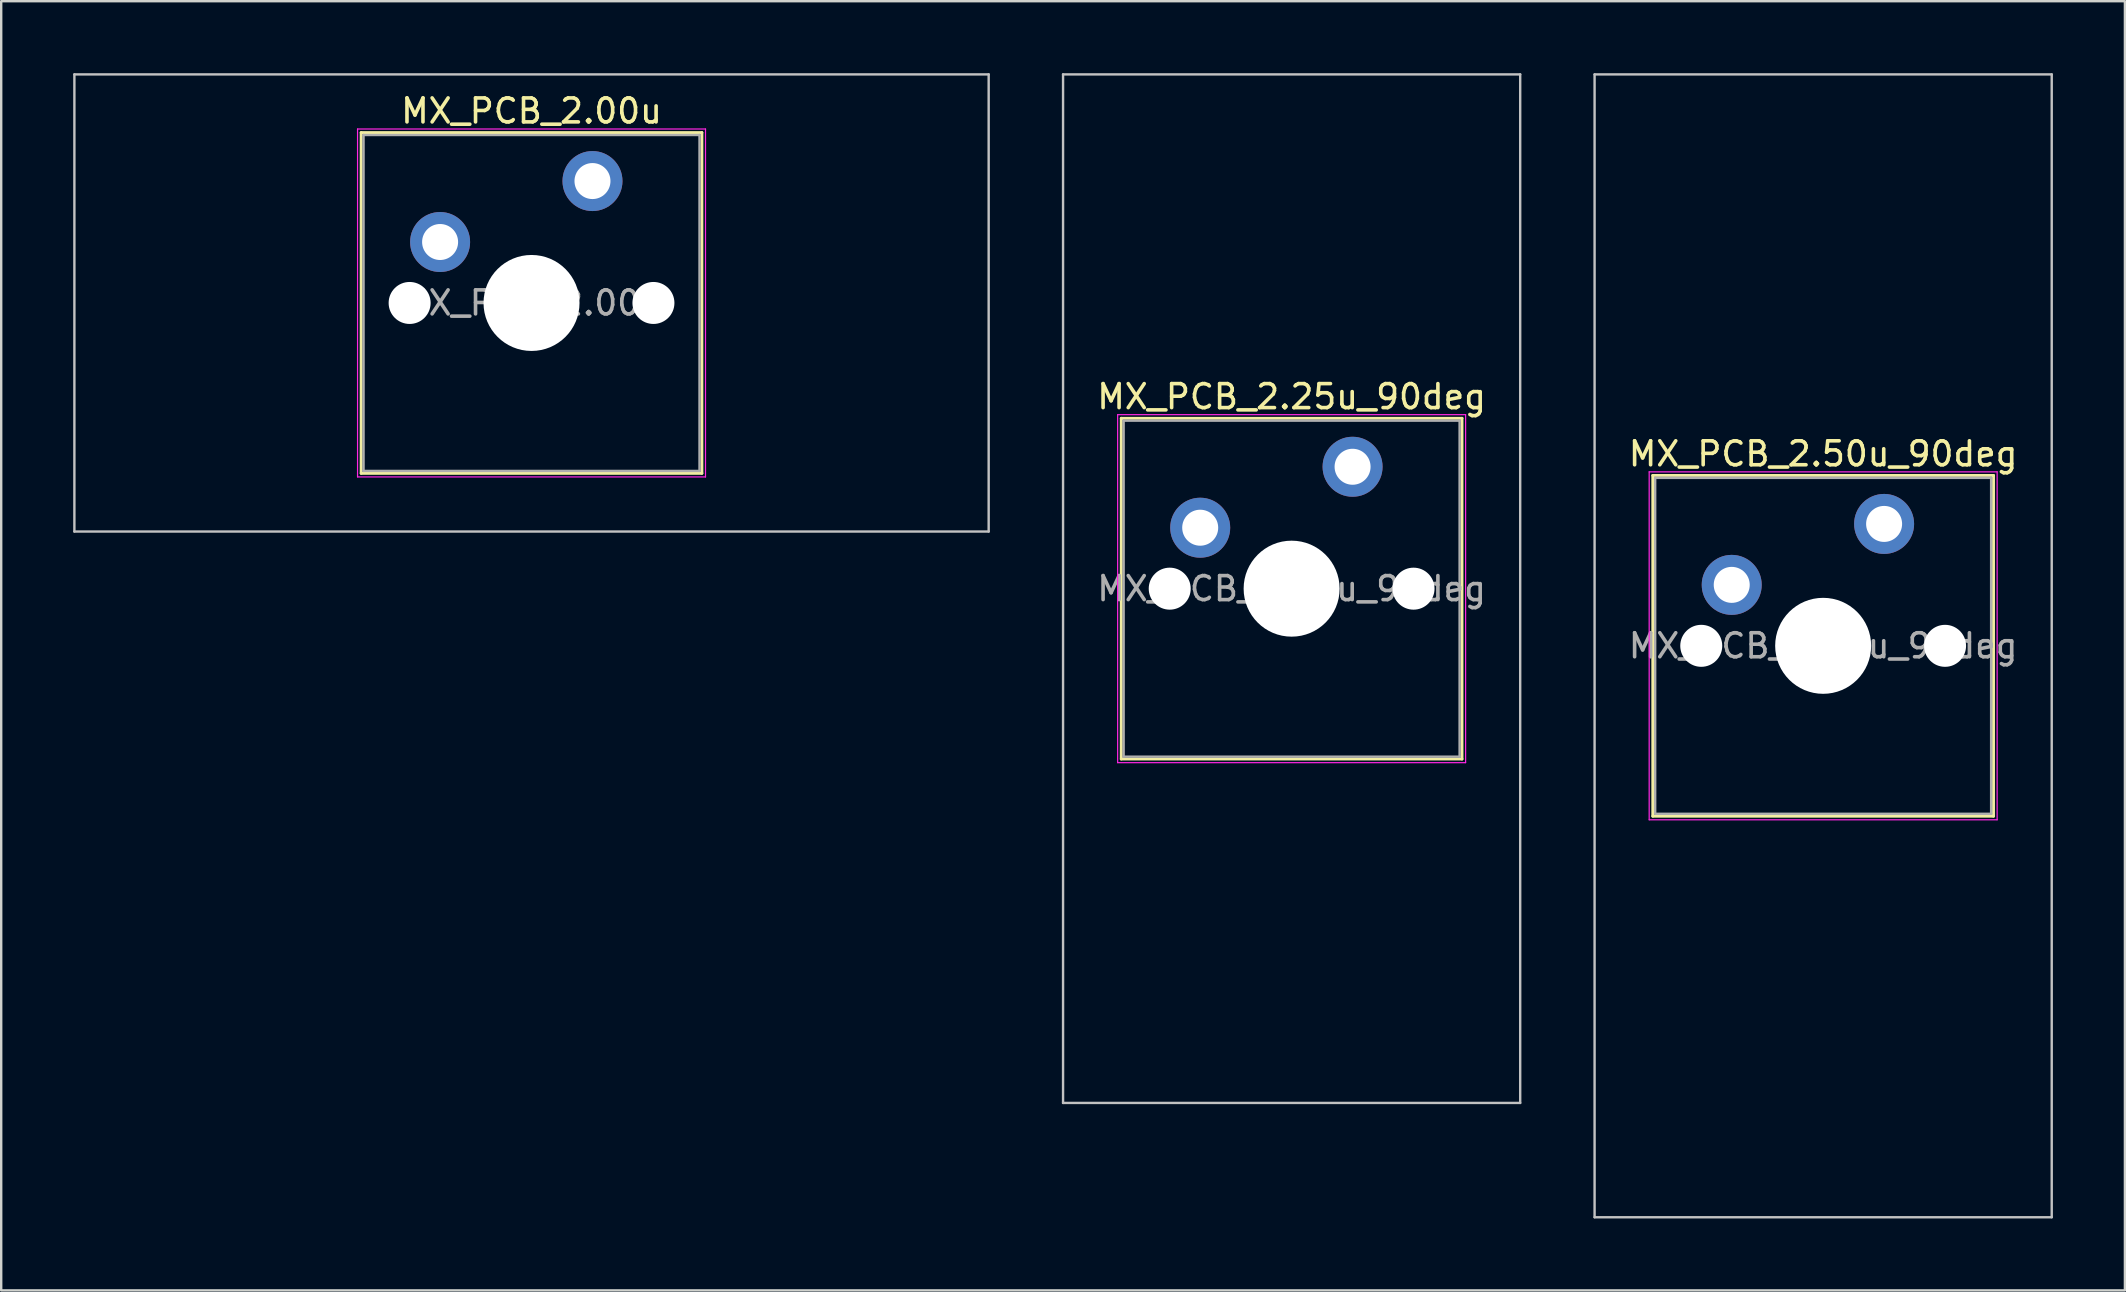
<source format=kicad_pcb>
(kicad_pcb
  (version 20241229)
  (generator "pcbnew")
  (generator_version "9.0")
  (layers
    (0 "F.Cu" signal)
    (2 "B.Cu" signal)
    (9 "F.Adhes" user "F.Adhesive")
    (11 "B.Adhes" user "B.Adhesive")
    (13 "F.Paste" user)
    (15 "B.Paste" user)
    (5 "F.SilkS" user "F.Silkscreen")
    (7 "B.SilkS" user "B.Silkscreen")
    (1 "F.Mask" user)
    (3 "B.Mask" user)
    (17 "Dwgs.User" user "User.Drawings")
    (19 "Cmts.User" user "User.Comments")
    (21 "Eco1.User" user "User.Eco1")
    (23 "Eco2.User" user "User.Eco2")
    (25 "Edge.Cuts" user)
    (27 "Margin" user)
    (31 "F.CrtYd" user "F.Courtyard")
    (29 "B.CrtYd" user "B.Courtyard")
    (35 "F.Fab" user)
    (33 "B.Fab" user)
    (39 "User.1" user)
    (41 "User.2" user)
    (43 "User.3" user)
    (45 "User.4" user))
  (footprint "MX_PCB_2.50u_90deg"
    (layer "F.Cu")
    (at 72.925 23.863)
    (property "Reference" "MX_PCB_2.50u_90deg" (at 0 -8 0) (layer "F.SilkS") (effects (font (size 1 1) (thickness 0.15))))
    (attr through_hole)
    (fp_line (start -7.1 -7.1) (end -7.1 7.1) (stroke (width 0.12) (type solid)) (layer "F.SilkS"))
    (fp_line (start -7.1 7.1) (end 7.1 7.1) (stroke (width 0.12) (type solid)) (layer "F.SilkS"))
    (fp_line (start 7.1 -7.1) (end -7.1 -7.1) (stroke (width 0.12) (type solid)) (layer "F.SilkS"))
    (fp_line (start 7.1 7.1) (end 7.1 -7.1) (stroke (width 0.12) (type solid)) (layer "F.SilkS"))
    (fp_line (start -9.525 -23.812) (end 9.525 -23.812) (stroke (width 0.1) (type solid)) (layer "Dwgs.User"))
    (fp_line (start -9.525 23.812) (end -9.525 -23.812) (stroke (width 0.1) (type solid)) (layer "Dwgs.User"))
    (fp_line (start 9.525 -23.812) (end 9.525 23.812) (stroke (width 0.1) (type solid)) (layer "Dwgs.User"))
    (fp_line (start 9.525 23.812) (end -9.525 23.812) (stroke (width 0.1) (type solid)) (layer "Dwgs.User"))
    (fp_line (start -7 -7) (end -7 7) (stroke (width 0.1) (type solid)) (layer "Eco1.User"))
    (fp_line (start -7 7) (end 7 7) (stroke (width 0.1) (type solid)) (layer "Eco1.User"))
    (fp_line (start 7 -7) (end -7 -7) (stroke (width 0.1) (type solid)) (layer "Eco1.User"))
    (fp_line (start 7 7) (end 7 -7) (stroke (width 0.1) (type solid)) (layer "Eco1.User"))
    (fp_line (start -7.25 -7.25) (end -7.25 7.25) (stroke (width 0.05) (type solid)) (layer "F.CrtYd"))
    (fp_line (start -7.25 7.25) (end 7.25 7.25) (stroke (width 0.05) (type solid)) (layer "F.CrtYd"))
    (fp_line (start 7.25 -7.25) (end -7.25 -7.25) (stroke (width 0.05) (type solid)) (layer "F.CrtYd"))
    (fp_line (start 7.25 7.25) (end 7.25 -7.25) (stroke (width 0.05) (type solid)) (layer "F.CrtYd"))
    (fp_line (start -7 -7) (end -7 7) (stroke (width 0.1) (type solid)) (layer "F.Fab"))
    (fp_line (start -7 7) (end 7 7) (stroke (width 0.1) (type solid)) (layer "F.Fab"))
    (fp_line (start 7 -7) (end -7 -7) (stroke (width 0.1) (type solid)) (layer "F.Fab"))
    (fp_line (start 7 7) (end 7 -7) (stroke (width 0.1) (type solid)) (layer "F.Fab"))
    (fp_text user "${REFERENCE}" (at 0 0 0) (layer "F.Fab") (effects (font (size 1 1) (thickness 0.15))))
    (pad "" np_thru_hole circle (at -5.08 0) (size 1.75 1.75) (drill 1.75) (layers "*.Cu" "*.Mask"))
    (pad "" np_thru_hole circle (at 0 0) (size 4 4) (drill 4) (layers "*.Cu" "*.Mask"))
    (pad "" np_thru_hole circle (at 5.08 0) (size 1.75 1.75) (drill 1.75) (layers "*.Cu" "*.Mask"))
    (pad "1" thru_hole circle (at -3.81 -2.54) (size 2.5 2.5) (drill 1.5) (layers "*.Cu" "*.Mask"))
    (pad "2" thru_hole circle (at 2.54 -5.08) (size 2.5 2.5) (drill 1.5) (layers "*.Cu" "*.Mask")))
  (footprint "MX_PCB_2.25u_90deg"
    (layer "F.Cu")
    (at 50.775 21.481)
    (property "Reference" "MX_PCB_2.25u_90deg" (at 0 -8 0) (layer "F.SilkS") (effects (font (size 1 1) (thickness 0.15))))
    (attr through_hole)
    (fp_line (start -7.1 -7.1) (end -7.1 7.1) (stroke (width 0.12) (type solid)) (layer "F.SilkS"))
    (fp_line (start -7.1 7.1) (end 7.1 7.1) (stroke (width 0.12) (type solid)) (layer "F.SilkS"))
    (fp_line (start 7.1 -7.1) (end -7.1 -7.1) (stroke (width 0.12) (type solid)) (layer "F.SilkS"))
    (fp_line (start 7.1 7.1) (end 7.1 -7.1) (stroke (width 0.12) (type solid)) (layer "F.SilkS"))
    (fp_line (start -9.525 -21.431) (end 9.525 -21.431) (stroke (width 0.1) (type solid)) (layer "Dwgs.User"))
    (fp_line (start -9.525 21.431) (end -9.525 -21.431) (stroke (width 0.1) (type solid)) (layer "Dwgs.User"))
    (fp_line (start 9.525 -21.431) (end 9.525 21.431) (stroke (width 0.1) (type solid)) (layer "Dwgs.User"))
    (fp_line (start 9.525 21.431) (end -9.525 21.431) (stroke (width 0.1) (type solid)) (layer "Dwgs.User"))
    (fp_line (start -7 -7) (end -7 7) (stroke (width 0.1) (type solid)) (layer "Eco1.User"))
    (fp_line (start -7 7) (end 7 7) (stroke (width 0.1) (type solid)) (layer "Eco1.User"))
    (fp_line (start 7 -7) (end -7 -7) (stroke (width 0.1) (type solid)) (layer "Eco1.User"))
    (fp_line (start 7 7) (end 7 -7) (stroke (width 0.1) (type solid)) (layer "Eco1.User"))
    (fp_line (start -7.25 -7.25) (end -7.25 7.25) (stroke (width 0.05) (type solid)) (layer "F.CrtYd"))
    (fp_line (start -7.25 7.25) (end 7.25 7.25) (stroke (width 0.05) (type solid)) (layer "F.CrtYd"))
    (fp_line (start 7.25 -7.25) (end -7.25 -7.25) (stroke (width 0.05) (type solid)) (layer "F.CrtYd"))
    (fp_line (start 7.25 7.25) (end 7.25 -7.25) (stroke (width 0.05) (type solid)) (layer "F.CrtYd"))
    (fp_line (start -7 -7) (end -7 7) (stroke (width 0.1) (type solid)) (layer "F.Fab"))
    (fp_line (start -7 7) (end 7 7) (stroke (width 0.1) (type solid)) (layer "F.Fab"))
    (fp_line (start 7 -7) (end -7 -7) (stroke (width 0.1) (type solid)) (layer "F.Fab"))
    (fp_line (start 7 7) (end 7 -7) (stroke (width 0.1) (type solid)) (layer "F.Fab"))
    (fp_text user "${REFERENCE}" (at 0 0 0) (layer "F.Fab") (effects (font (size 1 1) (thickness 0.15))))
    (pad "" np_thru_hole circle (at -5.08 0) (size 1.75 1.75) (drill 1.75) (layers "*.Cu" "*.Mask"))
    (pad "" np_thru_hole circle (at 0 0) (size 4 4) (drill 4) (layers "*.Cu" "*.Mask"))
    (pad "" np_thru_hole circle (at 5.08 0) (size 1.75 1.75) (drill 1.75) (layers "*.Cu" "*.Mask"))
    (pad "1" thru_hole circle (at -3.81 -2.54) (size 2.5 2.5) (drill 1.5) (layers "*.Cu" "*.Mask"))
    (pad "2" thru_hole circle (at 2.54 -5.08) (size 2.5 2.5) (drill 1.5) (layers "*.Cu" "*.Mask")))
  (footprint "MX_PCB_2.00u"
    (layer "F.Cu")
    (at 19.1 9.575)
    (property "Reference" "MX_PCB_2.00u" (at 0 -8 0) (layer "F.SilkS") (effects (font (size 1 1) (thickness 0.15))))
    (attr through_hole)
    (fp_line (start -7.1 -7.1) (end -7.1 7.1) (stroke (width 0.12) (type solid)) (layer "F.SilkS"))
    (fp_line (start -7.1 7.1) (end 7.1 7.1) (stroke (width 0.12) (type solid)) (layer "F.SilkS"))
    (fp_line (start 7.1 -7.1) (end -7.1 -7.1) (stroke (width 0.12) (type solid)) (layer "F.SilkS"))
    (fp_line (start 7.1 7.1) (end 7.1 -7.1) (stroke (width 0.12) (type solid)) (layer "F.SilkS"))
    (fp_line (start -19.05 -9.525) (end -19.05 9.525) (stroke (width 0.1) (type solid)) (layer "Dwgs.User"))
    (fp_line (start -19.05 9.525) (end 19.05 9.525) (stroke (width 0.1) (type solid)) (layer "Dwgs.User"))
    (fp_line (start 19.05 -9.525) (end -19.05 -9.525) (stroke (width 0.1) (type solid)) (layer "Dwgs.User"))
    (fp_line (start 19.05 9.525) (end 19.05 -9.525) (stroke (width 0.1) (type solid)) (layer "Dwgs.User"))
    (fp_line (start -7 -7) (end -7 7) (stroke (width 0.1) (type solid)) (layer "Eco1.User"))
    (fp_line (start -7 7) (end 7 7) (stroke (width 0.1) (type solid)) (layer "Eco1.User"))
    (fp_line (start 7 -7) (end -7 -7) (stroke (width 0.1) (type solid)) (layer "Eco1.User"))
    (fp_line (start 7 7) (end 7 -7) (stroke (width 0.1) (type solid)) (layer "Eco1.User"))
    (fp_line (start -7.25 -7.25) (end -7.25 7.25) (stroke (width 0.05) (type solid)) (layer "F.CrtYd"))
    (fp_line (start -7.25 7.25) (end 7.25 7.25) (stroke (width 0.05) (type solid)) (layer "F.CrtYd"))
    (fp_line (start 7.25 -7.25) (end -7.25 -7.25) (stroke (width 0.05) (type solid)) (layer "F.CrtYd"))
    (fp_line (start 7.25 7.25) (end 7.25 -7.25) (stroke (width 0.05) (type solid)) (layer "F.CrtYd"))
    (fp_line (start -7 -7) (end -7 7) (stroke (width 0.1) (type solid)) (layer "F.Fab"))
    (fp_line (start -7 7) (end 7 7) (stroke (width 0.1) (type solid)) (layer "F.Fab"))
    (fp_line (start 7 -7) (end -7 -7) (stroke (width 0.1) (type solid)) (layer "F.Fab"))
    (fp_line (start 7 7) (end 7 -7) (stroke (width 0.1) (type solid)) (layer "F.Fab"))
    (fp_text user "${REFERENCE}" (at 0 0 0) (layer "F.Fab") (effects (font (size 1 1) (thickness 0.15))))
    (pad "" np_thru_hole circle (at -5.08 0) (size 1.75 1.75) (drill 1.75) (layers "*.Cu" "*.Mask"))
    (pad "" np_thru_hole circle (at 0 0) (size 4 4) (drill 4) (layers "*.Cu" "*.Mask"))
    (pad "" np_thru_hole circle (at 5.08 0) (size 1.75 1.75) (drill 1.75) (layers "*.Cu" "*.Mask"))
    (pad "1" thru_hole circle (at -3.81 -2.54) (size 2.5 2.5) (drill 1.5) (layers "*.Cu" "*.Mask"))
    (pad "2" thru_hole circle (at 2.54 -5.08) (size 2.5 2.5) (drill 1.5) (layers "*.Cu" "*.Mask")))
  (gr_rect
    (start -3 -3)
    (end 85.5 50.725)
    (stroke (width 0.1) (type default))
    (fill no)
    (layer "Edge.Cuts")))
</source>
